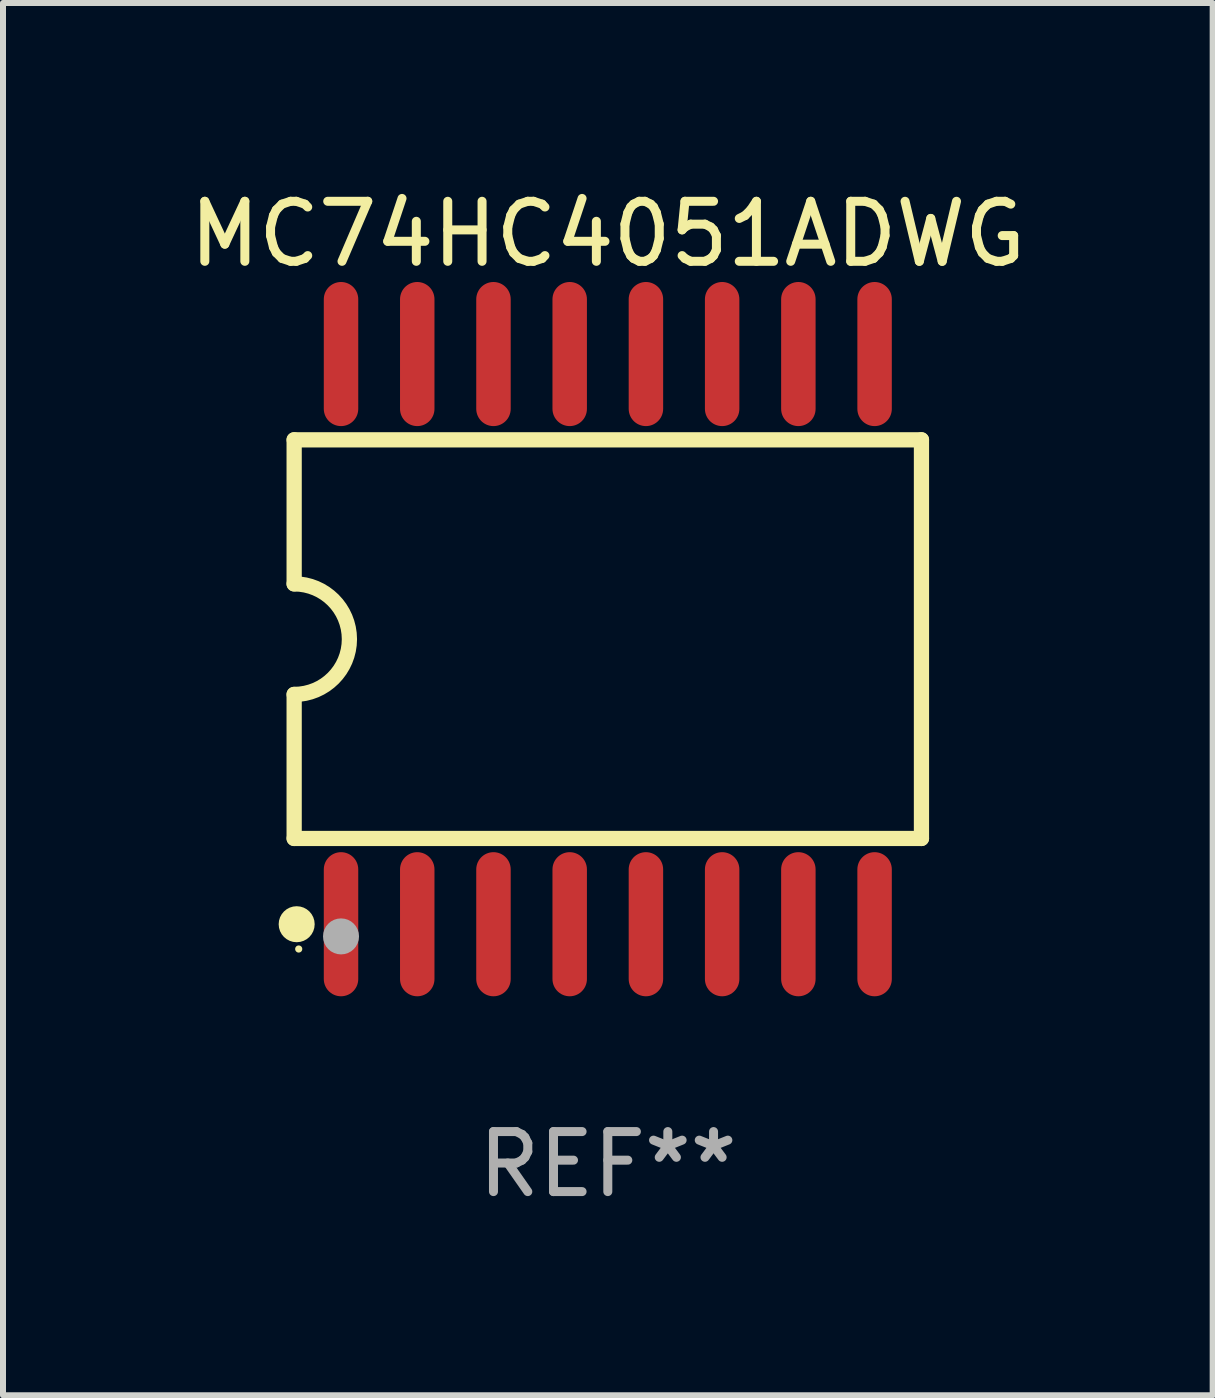
<source format=kicad_pcb>
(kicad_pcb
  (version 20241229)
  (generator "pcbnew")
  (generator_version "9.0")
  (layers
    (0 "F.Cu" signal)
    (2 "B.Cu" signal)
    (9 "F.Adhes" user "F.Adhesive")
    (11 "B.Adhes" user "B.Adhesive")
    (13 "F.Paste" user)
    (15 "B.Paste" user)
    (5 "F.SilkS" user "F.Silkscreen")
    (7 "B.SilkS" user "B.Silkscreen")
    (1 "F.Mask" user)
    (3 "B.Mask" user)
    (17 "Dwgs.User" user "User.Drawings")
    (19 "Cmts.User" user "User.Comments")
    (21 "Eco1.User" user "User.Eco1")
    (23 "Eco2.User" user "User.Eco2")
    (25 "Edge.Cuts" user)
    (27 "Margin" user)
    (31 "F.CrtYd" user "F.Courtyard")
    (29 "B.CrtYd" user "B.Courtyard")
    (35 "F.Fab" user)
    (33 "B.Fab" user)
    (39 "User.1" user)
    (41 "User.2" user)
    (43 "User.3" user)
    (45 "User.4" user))
  (footprint "MC74HC4051ADWG"
    (layer "F.Cu")
    (at 7.077 7.599)
    (property "Reference" "MC74HC4051ADWG" (at 0 -6.75 0) (layer "F.SilkS") (effects (font (size 1 1) (thickness 0.15))))
    (attr through_hole)
    (fp_line (start -5.226 -3.321) (end -5.226 -0.921) (stroke (width 0.254) (type solid)) (layer "F.SilkS"))
    (fp_line (start -5.226 -3.321) (end 5.226 -3.321) (stroke (width 0.254) (type solid)) (layer "F.SilkS"))
    (fp_line (start -5.226 3.321) (end -5.226 0.921) (stroke (width 0.254) (type solid)) (layer "F.SilkS"))
    (fp_line (start 5.226 -3.321) (end 5.226 3.321) (stroke (width 0.254) (type solid)) (layer "F.SilkS"))
    (fp_line (start 5.226 3.321) (end -5.226 3.321) (stroke (width 0.254) (type solid)) (layer "F.SilkS"))
    (fp_arc (start -5.226594 -0.920751) (mid -4.305538 0.000127) (end -5.226238 0.921361) (stroke (width 0.254001) (type solid)) (layer "F.SilkS"))
    (fp_circle (center -5.184 4.75) (end -5.034 4.75) (stroke (width 0.3) (type solid)) (fill no) (layer "F.SilkS"))
    (fp_circle (center -5.15 5.163) (end -5.12 5.163) (stroke (width 0.06) (type solid)) (fill no) (layer "F.SilkS"))
    (fp_circle (center -4.445 4.953) (end -4.295 4.953) (stroke (width 0.3) (type solid)) (fill no) (layer "F.Fab"))
    (fp_text user "REF**" (at 0 8.75 0) (layer "F.Fab") (effects (font (size 1 1) (thickness 0.15))))
    (pad "1" smd oval (at -4.445 4.75) (size 0.574 2.401) (layers "F.Cu" "F.Mask" "F.Paste"))
    (pad "2" smd oval (at -3.175 4.75) (size 0.574 2.401) (layers "F.Cu" "F.Mask" "F.Paste"))
    (pad "3" smd oval (at -1.905 4.75) (size 0.574 2.401) (layers "F.Cu" "F.Mask" "F.Paste"))
    (pad "4" smd oval (at -0.635 4.75) (size 0.574 2.401) (layers "F.Cu" "F.Mask" "F.Paste"))
    (pad "5" smd oval (at 0.635 4.75) (size 0.574 2.401) (layers "F.Cu" "F.Mask" "F.Paste"))
    (pad "6" smd oval (at 1.905 4.75) (size 0.574 2.401) (layers "F.Cu" "F.Mask" "F.Paste"))
    (pad "7" smd oval (at 3.175 4.75) (size 0.574 2.401) (layers "F.Cu" "F.Mask" "F.Paste"))
    (pad "8" smd oval (at 4.445 4.75) (size 0.574 2.401) (layers "F.Cu" "F.Mask" "F.Paste"))
    (pad "9" smd oval (at 4.445 -4.75) (size 0.574 2.401) (layers "F.Cu" "F.Mask" "F.Paste"))
    (pad "10" smd oval (at 3.175 -4.75) (size 0.574 2.401) (layers "F.Cu" "F.Mask" "F.Paste"))
    (pad "11" smd oval (at 1.905 -4.75) (size 0.574 2.401) (layers "F.Cu" "F.Mask" "F.Paste"))
    (pad "12" smd oval (at 0.635 -4.75) (size 0.574 2.401) (layers "F.Cu" "F.Mask" "F.Paste"))
    (pad "13" smd oval (at -0.635 -4.75) (size 0.574 2.401) (layers "F.Cu" "F.Mask" "F.Paste"))
    (pad "14" smd oval (at -1.905 -4.75) (size 0.574 2.401) (layers "F.Cu" "F.Mask" "F.Paste"))
    (pad "15" smd oval (at -3.175 -4.75) (size 0.574 2.401) (layers "F.Cu" "F.Mask" "F.Paste"))
    (pad "16" smd oval (at -4.445 -4.75) (size 0.574 2.401) (layers "F.Cu" "F.Mask" "F.Paste")))
  (gr_rect
    (start -3 -3)
    (end 17.155 20.197)
    (stroke (width 0.1) (type default))
    (fill no)
    (layer "Edge.Cuts")))
</source>
